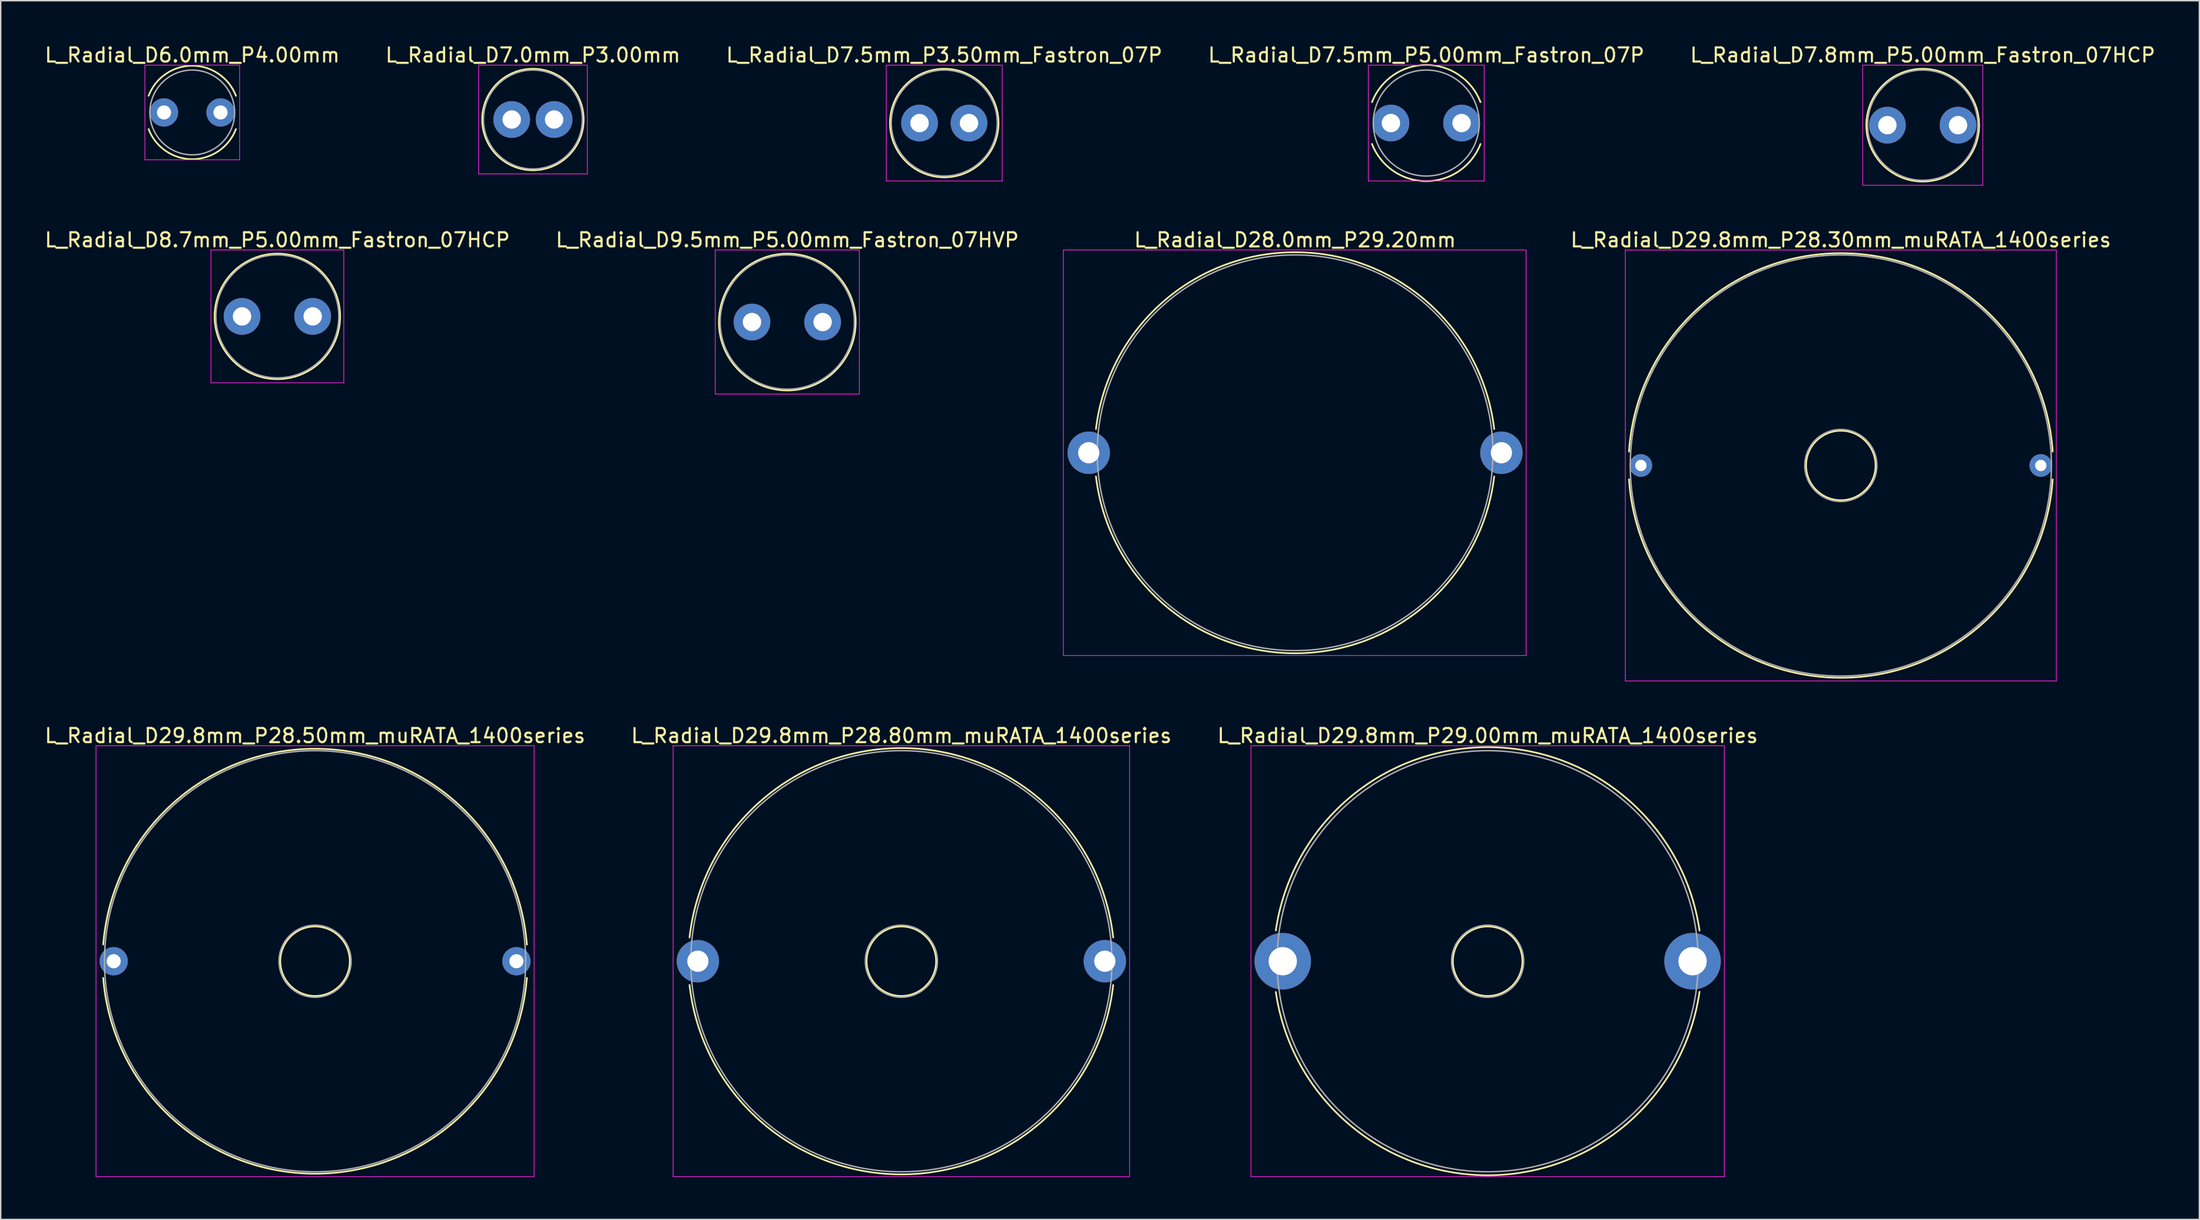
<source format=kicad_pcb>
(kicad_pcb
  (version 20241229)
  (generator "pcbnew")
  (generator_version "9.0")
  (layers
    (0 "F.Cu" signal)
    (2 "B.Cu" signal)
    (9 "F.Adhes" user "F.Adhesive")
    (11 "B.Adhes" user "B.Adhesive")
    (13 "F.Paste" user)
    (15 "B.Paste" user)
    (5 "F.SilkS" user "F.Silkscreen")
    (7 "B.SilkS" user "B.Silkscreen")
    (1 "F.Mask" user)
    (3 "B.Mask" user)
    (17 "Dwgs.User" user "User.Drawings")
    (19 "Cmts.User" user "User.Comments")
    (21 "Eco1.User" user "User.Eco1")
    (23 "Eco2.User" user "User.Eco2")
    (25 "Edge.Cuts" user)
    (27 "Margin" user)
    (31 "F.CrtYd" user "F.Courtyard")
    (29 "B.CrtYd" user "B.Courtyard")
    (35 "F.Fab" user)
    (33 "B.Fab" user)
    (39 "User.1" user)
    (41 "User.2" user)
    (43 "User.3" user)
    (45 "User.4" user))
  (footprint "L_Radial_D8.7mm_P5.00mm_Fastron_07HCP"
    (layer "F.Cu")
    (at 14.077 19.341)
    (property "Reference" "L_Radial_D8.7mm_P5.00mm_Fastron_07HCP" (at 2.5 -5.41 0) (layer "F.SilkS") (effects (font (size 1 1) (thickness 0.15))))
    (attr through_hole)
    (fp_circle (center 2.5 0) (end 6.94 0) (stroke (width 0.12) (type solid)) (fill no) (layer "F.SilkS"))
    (fp_line (start -2.2 -4.7) (end -2.2 4.7) (stroke (width 0.05) (type solid)) (layer "F.CrtYd"))
    (fp_line (start -2.2 4.7) (end 7.2 4.7) (stroke (width 0.05) (type solid)) (layer "F.CrtYd"))
    (fp_line (start 7.2 -4.7) (end -2.2 -4.7) (stroke (width 0.05) (type solid)) (layer "F.CrtYd"))
    (fp_line (start 7.2 4.7) (end 7.2 -4.7) (stroke (width 0.05) (type solid)) (layer "F.CrtYd"))
    (fp_circle (center 2.5 0) (end 6.85 0) (stroke (width 0.1) (type solid)) (fill no) (layer "F.Fab"))
    (pad "1" thru_hole circle (at 0 0) (size 2.6 2.6) (drill 1.3) (layers "*.Cu" "*.Mask"))
    (pad "2" thru_hole circle (at 5 0) (size 2.6 2.6) (drill 1.3) (layers "*.Cu" "*.Mask")))
  (footprint "L_Radial_D7.8mm_P5.00mm_Fastron_07HCP"
    (layer "F.Cu")
    (at 130.506 5.808)
    (property "Reference" "L_Radial_D7.8mm_P5.00mm_Fastron_07HCP" (at 2.5 -4.96 0) (layer "F.SilkS") (effects (font (size 1 1) (thickness 0.15))))
    (attr through_hole)
    (fp_circle (center 2.5 0) (end 6.49 0) (stroke (width 0.12) (type solid)) (fill no) (layer "F.SilkS"))
    (fp_line (start -1.75 -4.25) (end -1.75 4.25) (stroke (width 0.05) (type solid)) (layer "F.CrtYd"))
    (fp_line (start -1.75 4.25) (end 6.75 4.25) (stroke (width 0.05) (type solid)) (layer "F.CrtYd"))
    (fp_line (start 6.75 -4.25) (end -1.75 -4.25) (stroke (width 0.05) (type solid)) (layer "F.CrtYd"))
    (fp_line (start 6.75 4.25) (end 6.75 -4.25) (stroke (width 0.05) (type solid)) (layer "F.CrtYd"))
    (fp_circle (center 2.5 0) (end 6.4 0) (stroke (width 0.1) (type solid)) (fill no) (layer "F.Fab"))
    (pad "1" thru_hole circle (at 0 0) (size 2.6 2.6) (drill 1.3) (layers "*.Cu" "*.Mask"))
    (pad "2" thru_hole circle (at 5 0) (size 2.6 2.6) (drill 1.3) (layers "*.Cu" "*.Mask")))
  (footprint "L_Radial_D7.5mm_P5.00mm_Fastron_07P"
    (layer "F.Cu")
    (at 95.375 5.658)
    (property "Reference" "L_Radial_D7.5mm_P5.00mm_Fastron_07P" (at 2.5 -4.81 0) (layer "F.SilkS") (effects (font (size 1 1) (thickness 0.15))))
    (attr through_hole)
    (fp_arc (start -1.34 -1.48) (mid 2.498384 -4.115337) (end 6.338836 -1.483016) (stroke (width 0.12) (type solid)) (layer "F.SilkS"))
    (fp_arc (start 6.338836 1.483016) (mid 2.498384 4.115337) (end -1.34 1.48) (stroke (width 0.12) (type solid)) (layer "F.SilkS"))
    (fp_line (start -1.6 -4.1) (end -1.6 4.1) (stroke (width 0.05) (type solid)) (layer "F.CrtYd"))
    (fp_line (start -1.6 4.1) (end 6.6 4.1) (stroke (width 0.05) (type solid)) (layer "F.CrtYd"))
    (fp_line (start 6.6 -4.1) (end -1.6 -4.1) (stroke (width 0.05) (type solid)) (layer "F.CrtYd"))
    (fp_line (start 6.6 4.1) (end 6.6 -4.1) (stroke (width 0.05) (type solid)) (layer "F.CrtYd"))
    (fp_circle (center 2.5 0) (end 6.25 0) (stroke (width 0.1) (type solid)) (fill no) (layer "F.Fab"))
    (pad "1" thru_hole circle (at 0 0) (size 2.6 2.6) (drill 1.3) (layers "*.Cu" "*.Mask"))
    (pad "2" thru_hole circle (at 5 0) (size 2.6 2.6) (drill 1.3) (layers "*.Cu" "*.Mask")))
  (footprint "L_Radial_D6.0mm_P4.00mm"
    (layer "F.Cu")
    (at 8.554 4.908)
    (property "Reference" "L_Radial_D6.0mm_P4.00mm" (at 2 -4.06 0) (layer "F.SilkS") (effects (font (size 1 1) (thickness 0.15))))
    (attr through_hole)
    (fp_arc (start -1.09 -1.18) (mid 2.000041 -3.307643) (end 5.090029 -1.179924) (stroke (width 0.12) (type solid)) (layer "F.SilkS"))
    (fp_arc (start 5.090029 1.179924) (mid 2.000041 3.307643) (end -1.09 1.18) (stroke (width 0.12) (type solid)) (layer "F.SilkS"))
    (fp_line (start -1.35 -3.35) (end -1.35 3.35) (stroke (width 0.05) (type solid)) (layer "F.CrtYd"))
    (fp_line (start -1.35 3.35) (end 5.35 3.35) (stroke (width 0.05) (type solid)) (layer "F.CrtYd"))
    (fp_line (start 5.35 -3.35) (end -1.35 -3.35) (stroke (width 0.05) (type solid)) (layer "F.CrtYd"))
    (fp_line (start 5.35 3.35) (end 5.35 -3.35) (stroke (width 0.05) (type solid)) (layer "F.CrtYd"))
    (fp_circle (center 2 0) (end 5 0) (stroke (width 0.1) (type solid)) (fill no) (layer "F.Fab"))
    (pad "1" thru_hole circle (at 0 0) (size 2 2) (drill 1) (layers "*.Cu" "*.Mask"))
    (pad "2" thru_hole circle (at 4 0) (size 2 2) (drill 1) (layers "*.Cu" "*.Mask")))
  (footprint "L_Radial_D29.8mm_P28.80mm_muRATA_1400series"
    (layer "F.Cu")
    (at 46.332 64.975)
    (property "Reference" "L_Radial_D29.8mm_P28.80mm_muRATA_1400series" (at 14.4 -15.96 0) (layer "F.SilkS") (effects (font (size 1 1) (thickness 0.15))))
    (attr through_hole)
    (fp_arc (start -0.59 -1.68) (mid 14.398611 -15.083849) (end 29.38969 -1.682761) (stroke (width 0.12) (type solid)) (layer "F.SilkS"))
    (fp_arc (start 29.38969 1.682761) (mid 14.398611 15.083849) (end -0.59 1.68) (stroke (width 0.12) (type solid)) (layer "F.SilkS"))
    (fp_circle (center 14.4 0) (end 16.86 0) (stroke (width 0.12) (type solid)) (fill no) (layer "F.SilkS"))
    (fp_line (start -1.75 -15.25) (end -1.75 15.25) (stroke (width 0.05) (type solid)) (layer "F.CrtYd"))
    (fp_line (start -1.75 15.25) (end 30.55 15.25) (stroke (width 0.05) (type solid)) (layer "F.CrtYd"))
    (fp_line (start 30.55 -15.25) (end -1.75 -15.25) (stroke (width 0.05) (type solid)) (layer "F.CrtYd"))
    (fp_line (start 30.55 15.25) (end 30.55 -15.25) (stroke (width 0.05) (type solid)) (layer "F.CrtYd"))
    (fp_circle (center 14.4 0) (end 16.95 0) (stroke (width 0.1) (type solid)) (fill no) (layer "F.Fab"))
    (fp_circle (center 14.4 0) (end 29.3 0) (stroke (width 0.1) (type solid)) (fill no) (layer "F.Fab"))
    (pad "1" thru_hole circle (at 0 0) (size 3 3) (drill 1.5) (layers "*.Cu" "*.Mask"))
    (pad "2" thru_hole circle (at 28.8 0) (size 3 3) (drill 1.5) (layers "*.Cu" "*.Mask")))
  (footprint "L_Radial_D29.8mm_P28.50mm_muRATA_1400series"
    (layer "F.Cu")
    (at 4.994 64.975)
    (property "Reference" "L_Radial_D29.8mm_P28.50mm_muRATA_1400series" (at 14.25 -15.96 0) (layer "F.SilkS") (effects (font (size 1 1) (thickness 0.15))))
    (attr through_hole)
    (fp_arc (start -0.74 -1.18) (mid 14.250261 -15.036373) (end 29.240041 -1.17948) (stroke (width 0.12) (type solid)) (layer "F.SilkS"))
    (fp_arc (start 29.240041 1.17948) (mid 14.250261 15.036373) (end -0.74 1.18) (stroke (width 0.12) (type solid)) (layer "F.SilkS"))
    (fp_circle (center 14.25 0) (end 16.71 0) (stroke (width 0.12) (type solid)) (fill no) (layer "F.SilkS"))
    (fp_line (start -1.25 -15.25) (end -1.25 15.25) (stroke (width 0.05) (type solid)) (layer "F.CrtYd"))
    (fp_line (start -1.25 15.25) (end 29.75 15.25) (stroke (width 0.05) (type solid)) (layer "F.CrtYd"))
    (fp_line (start 29.75 -15.25) (end -1.25 -15.25) (stroke (width 0.05) (type solid)) (layer "F.CrtYd"))
    (fp_line (start 29.75 15.25) (end 29.75 -15.25) (stroke (width 0.05) (type solid)) (layer "F.CrtYd"))
    (fp_circle (center 14.25 0) (end 16.8 0) (stroke (width 0.1) (type solid)) (fill no) (layer "F.Fab"))
    (fp_circle (center 14.25 0) (end 29.15 0) (stroke (width 0.1) (type solid)) (fill no) (layer "F.Fab"))
    (pad "1" thru_hole circle (at 0 0) (size 2 2) (drill 1) (layers "*.Cu" "*.Mask"))
    (pad "2" thru_hole circle (at 28.5 0) (size 2 2) (drill 1) (layers "*.Cu" "*.Mask")))
  (footprint "L_Radial_D7.5mm_P3.50mm_Fastron_07P"
    (layer "F.Cu")
    (at 62.018 5.658)
    (property "Reference" "L_Radial_D7.5mm_P3.50mm_Fastron_07P" (at 1.75 -4.81 0) (layer "F.SilkS") (effects (font (size 1 1) (thickness 0.15))))
    (attr through_hole)
    (fp_circle (center 1.75 0) (end 5.59 0) (stroke (width 0.12) (type solid)) (fill no) (layer "F.SilkS"))
    (fp_line (start -2.35 -4.1) (end -2.35 4.1) (stroke (width 0.05) (type solid)) (layer "F.CrtYd"))
    (fp_line (start -2.35 4.1) (end 5.85 4.1) (stroke (width 0.05) (type solid)) (layer "F.CrtYd"))
    (fp_line (start 5.85 -4.1) (end -2.35 -4.1) (stroke (width 0.05) (type solid)) (layer "F.CrtYd"))
    (fp_line (start 5.85 4.1) (end 5.85 -4.1) (stroke (width 0.05) (type solid)) (layer "F.CrtYd"))
    (fp_circle (center 1.75 0) (end 5.5 0) (stroke (width 0.1) (type solid)) (fill no) (layer "F.Fab"))
    (pad "1" thru_hole circle (at 0 0) (size 2.6 2.6) (drill 1.3) (layers "*.Cu" "*.Mask"))
    (pad "2" thru_hole circle (at 3.5 0) (size 2.6 2.6) (drill 1.3) (layers "*.Cu" "*.Mask")))
  (footprint "L_Radial_D29.8mm_P29.00mm_muRATA_1400series"
    (layer "F.Cu")
    (at 87.72 64.975)
    (property "Reference" "L_Radial_D29.8mm_P29.00mm_muRATA_1400series" (at 14.5 -15.96 0) (layer "F.SilkS") (effects (font (size 1 1) (thickness 0.15))))
    (attr through_hole)
    (fp_arc (start -0.49 -2.18) (mid 14.506486 -15.147688) (end 29.491861 -2.167163) (stroke (width 0.12) (type solid)) (layer "F.SilkS"))
    (fp_arc (start 29.491861 2.167163) (mid 14.506486 15.147688) (end -0.49 2.18) (stroke (width 0.12) (type solid)) (layer "F.SilkS"))
    (fp_circle (center 14.5 0) (end 16.96 0) (stroke (width 0.12) (type solid)) (fill no) (layer "F.SilkS"))
    (fp_line (start -2.25 -15.25) (end -2.25 15.25) (stroke (width 0.05) (type solid)) (layer "F.CrtYd"))
    (fp_line (start -2.25 15.25) (end 31.25 15.25) (stroke (width 0.05) (type solid)) (layer "F.CrtYd"))
    (fp_line (start 31.25 -15.25) (end -2.25 -15.25) (stroke (width 0.05) (type solid)) (layer "F.CrtYd"))
    (fp_line (start 31.25 15.25) (end 31.25 -15.25) (stroke (width 0.05) (type solid)) (layer "F.CrtYd"))
    (fp_circle (center 14.5 0) (end 17.05 0) (stroke (width 0.1) (type solid)) (fill no) (layer "F.Fab"))
    (fp_circle (center 14.5 0) (end 29.4 0) (stroke (width 0.1) (type solid)) (fill no) (layer "F.Fab"))
    (pad "1" thru_hole circle (at 0 0) (size 4 4) (drill 2) (layers "*.Cu" "*.Mask"))
    (pad "2" thru_hole circle (at 29 0) (size 4 4) (drill 2) (layers "*.Cu" "*.Mask")))
  (footprint "L_Radial_D29.8mm_P28.30mm_muRATA_1400series"
    (layer "F.Cu")
    (at 113.061 29.892)
    (property "Reference" "L_Radial_D29.8mm_P28.30mm_muRATA_1400series" (at 14.15 -15.96 0) (layer "F.SilkS") (effects (font (size 1 1) (thickness 0.15))))
    (attr through_hole)
    (fp_arc (start -0.84 -0.98) (mid 14.147509 -15.022) (end 29.139674 -0.984972) (stroke (width 0.12) (type solid)) (layer "F.SilkS"))
    (fp_arc (start 29.139674 0.984972) (mid 14.147509 15.022) (end -0.84 0.98) (stroke (width 0.12) (type solid)) (layer "F.SilkS"))
    (fp_circle (center 14.15 0) (end 16.61 0) (stroke (width 0.12) (type solid)) (fill no) (layer "F.SilkS"))
    (fp_line (start -1.1 -15.25) (end -1.1 15.25) (stroke (width 0.05) (type solid)) (layer "F.CrtYd"))
    (fp_line (start -1.1 15.25) (end 29.4 15.25) (stroke (width 0.05) (type solid)) (layer "F.CrtYd"))
    (fp_line (start 29.4 -15.25) (end -1.1 -15.25) (stroke (width 0.05) (type solid)) (layer "F.CrtYd"))
    (fp_line (start 29.4 15.25) (end 29.4 -15.25) (stroke (width 0.05) (type solid)) (layer "F.CrtYd"))
    (fp_circle (center 14.15 0) (end 16.7 0) (stroke (width 0.1) (type solid)) (fill no) (layer "F.Fab"))
    (fp_circle (center 14.15 0) (end 29.05 0) (stroke (width 0.1) (type solid)) (fill no) (layer "F.Fab"))
    (pad "1" thru_hole circle (at 0 0) (size 1.6 1.6) (drill 0.8) (layers "*.Cu" "*.Mask"))
    (pad "2" thru_hole circle (at 28.3 0) (size 1.6 1.6) (drill 0.8) (layers "*.Cu" "*.Mask")))
  (footprint "L_Radial_D9.5mm_P5.00mm_Fastron_07HVP"
    (layer "F.Cu")
    (at 50.161 19.741)
    (property "Reference" "L_Radial_D9.5mm_P5.00mm_Fastron_07HVP" (at 2.5 -5.81 0) (layer "F.SilkS") (effects (font (size 1 1) (thickness 0.15))))
    (attr through_hole)
    (fp_circle (center 2.5 0) (end 7.34 0) (stroke (width 0.12) (type solid)) (fill no) (layer "F.SilkS"))
    (fp_line (start -2.6 -5.1) (end -2.6 5.1) (stroke (width 0.05) (type solid)) (layer "F.CrtYd"))
    (fp_line (start -2.6 5.1) (end 7.6 5.1) (stroke (width 0.05) (type solid)) (layer "F.CrtYd"))
    (fp_line (start 7.6 -5.1) (end -2.6 -5.1) (stroke (width 0.05) (type solid)) (layer "F.CrtYd"))
    (fp_line (start 7.6 5.1) (end 7.6 -5.1) (stroke (width 0.05) (type solid)) (layer "F.CrtYd"))
    (fp_circle (center 2.5 0) (end 7.25 0) (stroke (width 0.1) (type solid)) (fill no) (layer "F.Fab"))
    (pad "1" thru_hole circle (at 0 0) (size 2.6 2.6) (drill 1.3) (layers "*.Cu" "*.Mask"))
    (pad "2" thru_hole circle (at 5 0) (size 2.6 2.6) (drill 1.3) (layers "*.Cu" "*.Mask")))
  (footprint "L_Radial_D28.0mm_P29.20mm"
    (layer "F.Cu")
    (at 73.992 28.991)
    (property "Reference" "L_Radial_D28.0mm_P29.20mm" (at 14.6 -15.06 0) (layer "F.SilkS") (effects (font (size 1 1) (thickness 0.15))))
    (attr through_hole)
    (fp_arc (start 0.51 -1.68) (mid 14.59987 -14.189803) (end 28.689969 -1.680258) (stroke (width 0.12) (type solid)) (layer "F.SilkS"))
    (fp_arc (start 28.689969 1.680258) (mid 14.59987 14.189802) (end 0.51 1.68) (stroke (width 0.12) (type solid)) (layer "F.SilkS"))
    (fp_line (start -1.8 -14.35) (end -1.8 14.35) (stroke (width 0.05) (type solid)) (layer "F.CrtYd"))
    (fp_line (start -1.8 14.35) (end 30.95 14.35) (stroke (width 0.05) (type solid)) (layer "F.CrtYd"))
    (fp_line (start 30.95 -14.35) (end -1.8 -14.35) (stroke (width 0.05) (type solid)) (layer "F.CrtYd"))
    (fp_line (start 30.95 14.35) (end 30.95 -14.35) (stroke (width 0.05) (type solid)) (layer "F.CrtYd"))
    (fp_circle (center 14.6 0) (end 28.6 0) (stroke (width 0.1) (type solid)) (fill no) (layer "F.Fab"))
    (pad "1" thru_hole circle (at 0 0) (size 3 3) (drill 1.5) (layers "*.Cu" "*.Mask"))
    (pad "2" thru_hole circle (at 29.2 0) (size 3 3) (drill 1.5) (layers "*.Cu" "*.Mask")))
  (footprint "L_Radial_D7.0mm_P3.00mm"
    (layer "F.Cu")
    (at 33.161 5.408)
    (property "Reference" "L_Radial_D7.0mm_P3.00mm" (at 1.5 -4.56 0) (layer "F.SilkS") (effects (font (size 1 1) (thickness 0.15))))
    (attr through_hole)
    (fp_circle (center 1.5 0) (end 5.09 0) (stroke (width 0.12) (type solid)) (fill no) (layer "F.SilkS"))
    (fp_line (start -2.35 -3.85) (end -2.35 3.85) (stroke (width 0.05) (type solid)) (layer "F.CrtYd"))
    (fp_line (start -2.35 3.85) (end 5.35 3.85) (stroke (width 0.05) (type solid)) (layer "F.CrtYd"))
    (fp_line (start 5.35 -3.85) (end -2.35 -3.85) (stroke (width 0.05) (type solid)) (layer "F.CrtYd"))
    (fp_line (start 5.35 3.85) (end 5.35 -3.85) (stroke (width 0.05) (type solid)) (layer "F.CrtYd"))
    (fp_circle (center 1.5 0) (end 5 0) (stroke (width 0.1) (type solid)) (fill no) (layer "F.Fab"))
    (pad "1" thru_hole circle (at 0 0) (size 2.6 2.6) (drill 1.3) (layers "*.Cu" "*.Mask"))
    (pad "2" thru_hole circle (at 3 0) (size 2.6 2.6) (drill 1.3) (layers "*.Cu" "*.Mask")))
  (gr_rect
    (start -3 -3)
    (end 152.583 83.25)
    (stroke (width 0.1) (type default))
    (fill no)
    (layer "Edge.Cuts")))
</source>
